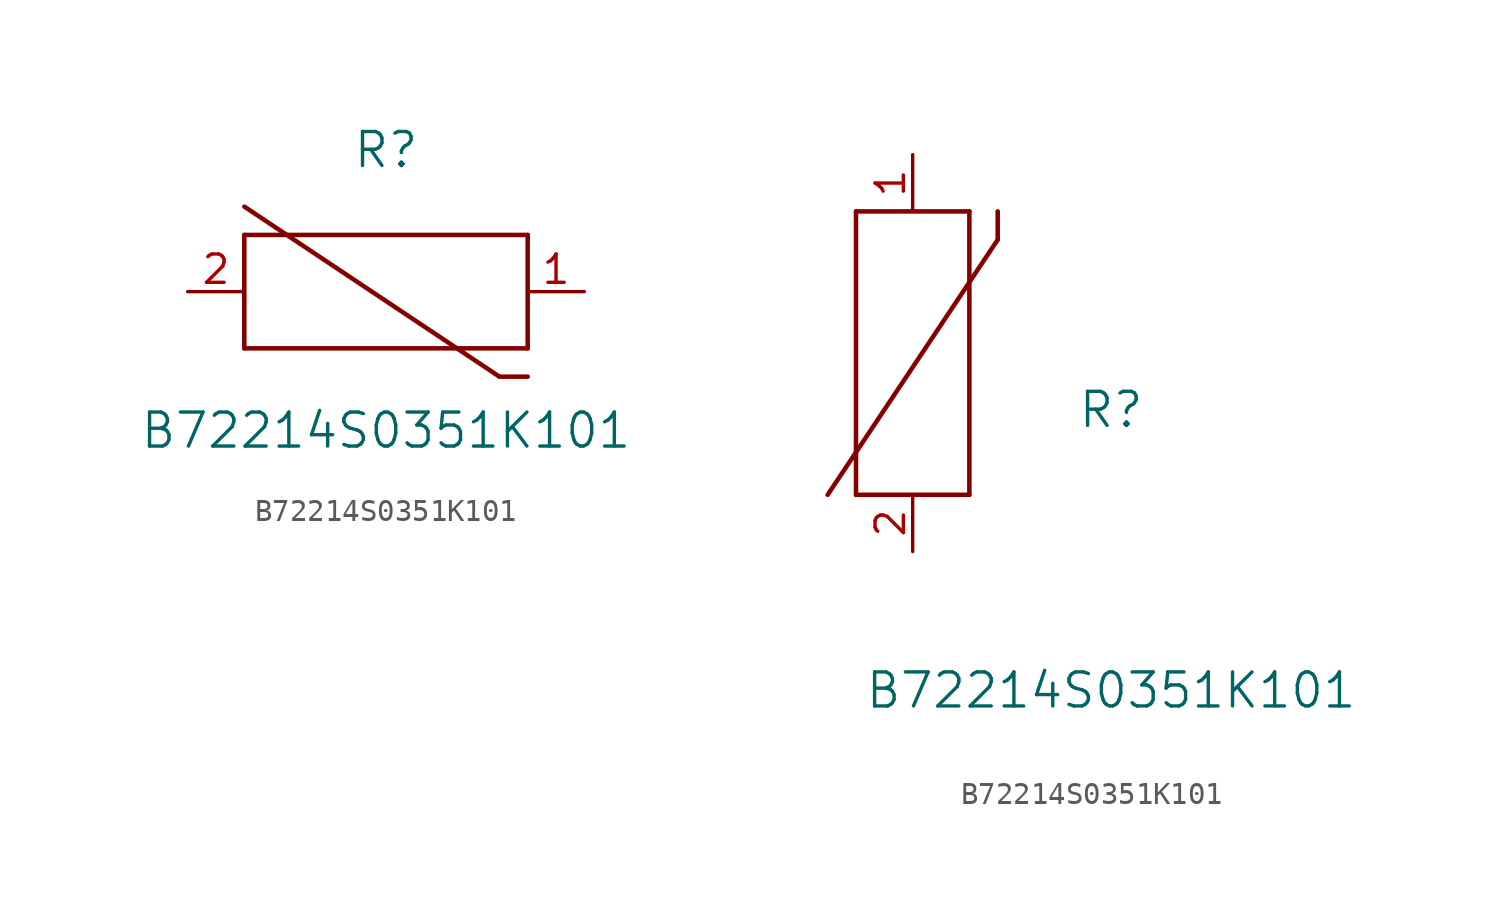
<source format=kicad_sym>
(kicad_symbol_lib
  (version 20211014)
  (generator kicad_symbol_editor)
  (symbol "B72214S0351K101"
    (pin_names
      (offset 0.254))
    (property "Reference" "R"
      (at 8.89 6.35 0)
      (effects (font (size 1.524 1.524))))
    (property "Value" "B72214S0351K101"
      (at 8.89 -6.223 0)
      (effects (font (size 1.524 1.524))))
    (symbol "B72214S0351K101_1_1"
      (polyline (pts (xy 2.54 2.54) (xy 15.24 2.54)) (stroke (width 0.203) (type default) (color 0 0 0 0)) (fill (type none)))
      (polyline (pts (xy 2.54 -2.54) (xy 15.24 -2.54)) (stroke (width 0.203) (type default) (color 0 0 0 0)) (fill (type none)))
      (polyline (pts (xy 15.24 2.54) (xy 15.24 -2.54)) (stroke (width 0.203) (type default) (color 0 0 0 0)) (fill (type none)))
      (polyline (pts (xy 2.54 -2.54) (xy 2.54 2.54)) (stroke (width 0.203) (type default) (color 0 0 0 0)) (fill (type none)))
      (polyline (pts (xy 2.54 3.81) (xy 13.97 -3.81)) (stroke (width 0.203) (type default) (color 0 0 0 0)) (fill (type none)))
      (polyline (pts (xy 13.97 -3.81) (xy 15.24 -3.81)) (stroke (width 0.203) (type default) (color 0 0 0 0)) (fill (type none)))
      (pin unspecified line (at 0 0 0) (length 2.54) (name "" (effects (font (size 1.27 1.27)))) (number "2" (effects (font (size 1.27 1.27)))))
      (pin unspecified line (at 17.78 0 180) (length 2.54) (name "" (effects (font (size 1.27 1.27)))) (number "1" (effects (font (size 1.27 1.27))))))
    (symbol "B72214S0351K101_1_2"
      (polyline (pts (xy 2.54 2.54) (xy -2.54 2.54)) (stroke (width 0.203) (type default) (color 0 0 0 0)) (fill (type none)))
      (polyline (pts (xy -2.54 2.54) (xy -2.54 15.24)) (stroke (width 0.203) (type default) (color 0 0 0 0)) (fill (type none)))
      (polyline (pts (xy 2.54 2.54) (xy 2.54 15.24)) (stroke (width 0.203) (type default) (color 0 0 0 0)) (fill (type none)))
      (polyline (pts (xy -2.54 15.24) (xy 2.54 15.24)) (stroke (width 0.203) (type default) (color 0 0 0 0)) (fill (type none)))
      (polyline (pts (xy 3.81 13.97) (xy 3.81 15.24)) (stroke (width 0.203) (type default) (color 0 0 0 0)) (fill (type none)))
      (polyline (pts (xy 3.81 13.97) (xy -3.81 2.54)) (stroke (width 0.203) (type default) (color 0 0 0 0)) (fill (type none)))
      (pin unspecified line (at 0 0 90) (length 2.54) (name "" (effects (font (size 1.27 1.27)))) (number "2" (effects (font (size 1.27 1.27)))))
      (pin unspecified line (at 0 17.78 270) (length 2.54) (name "" (effects (font (size 1.27 1.27)))) (number "1" (effects (font (size 1.27 1.27))))))))
</source>
